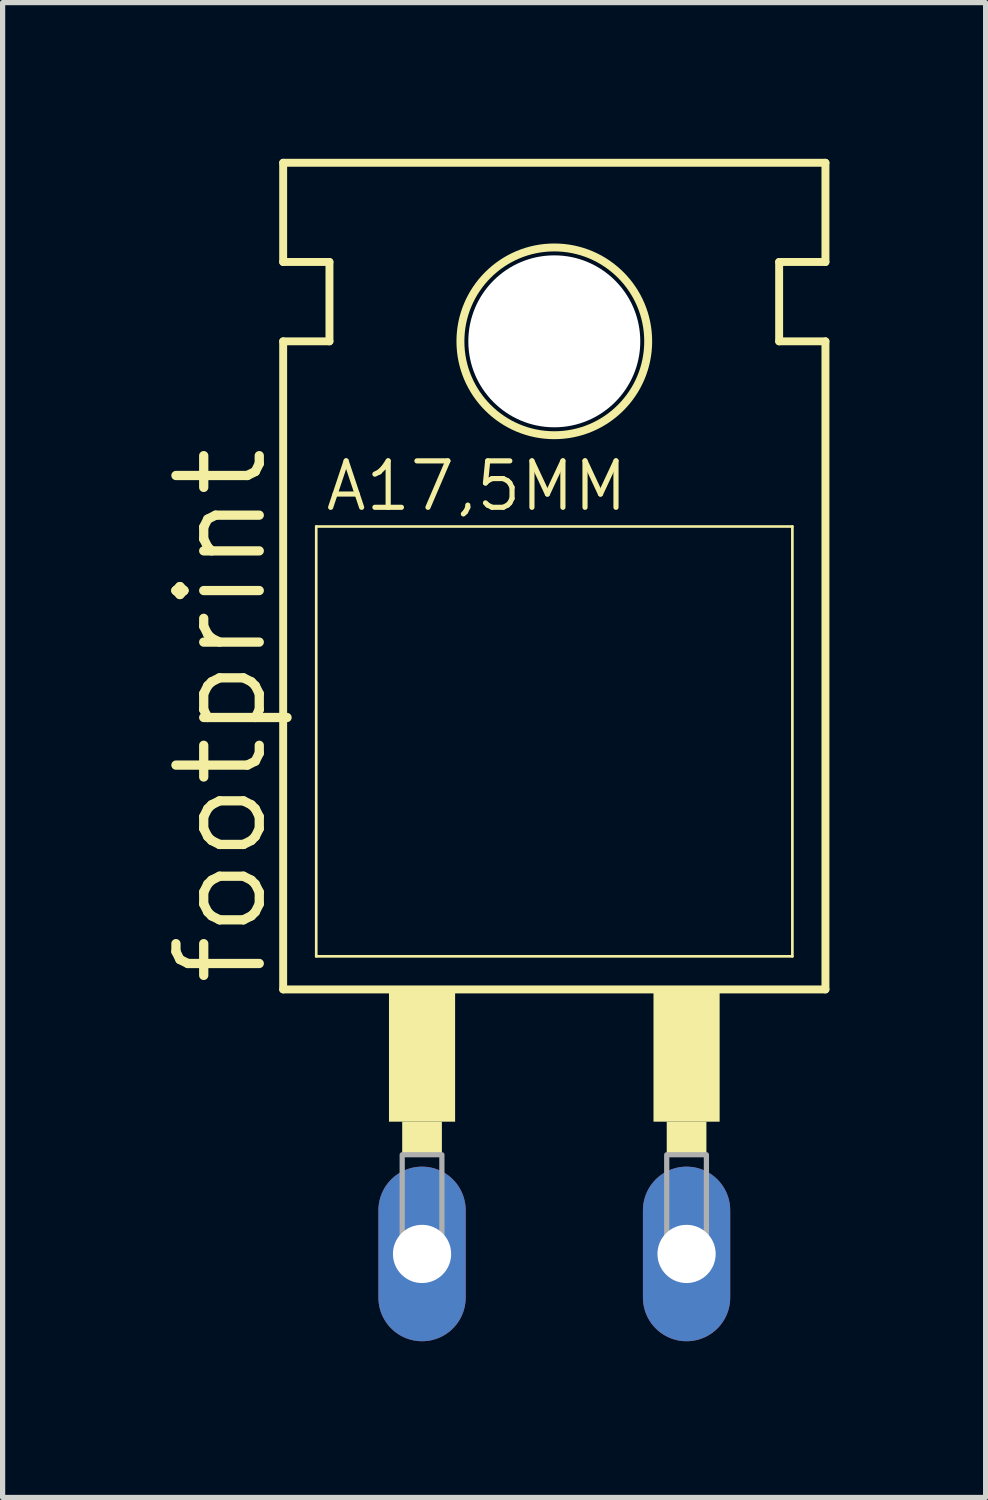
<source format=kicad_pcb>
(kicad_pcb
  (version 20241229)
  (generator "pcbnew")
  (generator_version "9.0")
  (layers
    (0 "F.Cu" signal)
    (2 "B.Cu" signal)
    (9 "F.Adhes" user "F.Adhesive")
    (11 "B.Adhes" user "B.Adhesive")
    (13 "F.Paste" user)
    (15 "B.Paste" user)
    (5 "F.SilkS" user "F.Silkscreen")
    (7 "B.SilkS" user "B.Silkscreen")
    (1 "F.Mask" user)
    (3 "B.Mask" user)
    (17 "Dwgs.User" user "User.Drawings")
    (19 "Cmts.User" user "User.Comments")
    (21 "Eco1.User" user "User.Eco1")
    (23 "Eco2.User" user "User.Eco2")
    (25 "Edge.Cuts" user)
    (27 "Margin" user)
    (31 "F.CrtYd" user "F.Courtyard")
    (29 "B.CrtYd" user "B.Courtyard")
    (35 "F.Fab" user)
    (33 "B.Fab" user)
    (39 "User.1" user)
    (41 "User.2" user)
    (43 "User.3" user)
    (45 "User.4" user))
  (footprint "footprint"
    (layer "F.Cu")
    (at 7.595 14.681)
    (property "Reference" "footprint" (at -5.461 1.27 90) (layer "F.SilkS") (effects (font (size 1.6 1.6) (thickness 0.178)) (justify left bottom)))
    (fp_line (start -5.207 -12.7) (end -5.207 -14.605) (stroke (width 0.152) (type solid)) (layer "F.SilkS"))
    (fp_line (start -5.207 -11.176) (end -4.318 -11.176) (stroke (width 0.152) (type solid)) (layer "F.SilkS"))
    (fp_line (start -5.207 1.27) (end -5.207 -11.176) (stroke (width 0.152) (type solid)) (layer "F.SilkS"))
    (fp_line (start -5.207 1.27) (end 5.207 1.27) (stroke (width 0.152) (type solid)) (layer "F.SilkS"))
    (fp_line (start -4.572 0.635) (end -4.572 -7.62) (stroke (width 0.051) (type solid)) (layer "F.SilkS"))
    (fp_line (start -4.572 0.635) (end 4.572 0.635) (stroke (width 0.051) (type solid)) (layer "F.SilkS"))
    (fp_line (start -4.318 -12.7) (end -5.207 -12.7) (stroke (width 0.152) (type solid)) (layer "F.SilkS"))
    (fp_line (start -4.318 -11.176) (end -4.318 -12.7) (stroke (width 0.152) (type solid)) (layer "F.SilkS"))
    (fp_line (start 4.318 -12.7) (end 5.207 -12.7) (stroke (width 0.152) (type solid)) (layer "F.SilkS"))
    (fp_line (start 4.318 -11.176) (end 4.318 -12.7) (stroke (width 0.152) (type solid)) (layer "F.SilkS"))
    (fp_line (start 4.572 -7.62) (end -4.572 -7.62) (stroke (width 0.051) (type solid)) (layer "F.SilkS"))
    (fp_line (start 4.572 -7.62) (end 4.572 0.635) (stroke (width 0.051) (type solid)) (layer "F.SilkS"))
    (fp_line (start 5.207 -14.605) (end -5.207 -14.605) (stroke (width 0.152) (type solid)) (layer "F.SilkS"))
    (fp_line (start 5.207 -12.7) (end 5.207 -14.605) (stroke (width 0.152) (type solid)) (layer "F.SilkS"))
    (fp_line (start 5.207 -11.176) (end 4.318 -11.176) (stroke (width 0.152) (type solid)) (layer "F.SilkS"))
    (fp_line (start 5.207 1.27) (end 5.207 -11.176) (stroke (width 0.152) (type solid)) (layer "F.SilkS"))
    (fp_circle (center 0 -11.176) (end 1.803 -11.176) (stroke (width 0.152) (type solid)) (fill no) (layer "F.SilkS"))
    (fp_poly (pts (xy -3.175 3.81) (xy -1.905 3.81) (xy -1.905 1.27) (xy -3.175 1.27)) (stroke (width 0) (type solid)) (fill yes) (layer "F.SilkS"))
    (fp_poly (pts (xy -2.921 4.445) (xy -2.159 4.445) (xy -2.159 3.81) (xy -2.921 3.81)) (stroke (width 0) (type solid)) (fill yes) (layer "F.SilkS"))
    (fp_poly (pts (xy 1.905 3.81) (xy 3.175 3.81) (xy 3.175 1.27) (xy 1.905 1.27)) (stroke (width 0) (type solid)) (fill yes) (layer "F.SilkS"))
    (fp_poly (pts (xy 2.159 4.445) (xy 2.921 4.445) (xy 2.921 3.81) (xy 2.159 3.81)) (stroke (width 0) (type solid)) (fill yes) (layer "F.SilkS"))
    (fp_poly (pts (xy -2.921 6.35) (xy -2.159 6.35) (xy -2.159 4.445) (xy -2.921 4.445)) (stroke (width 0.1) (type solid)) (fill no) (layer "F.Fab"))
    (fp_poly (pts (xy 2.159 6.35) (xy 2.921 6.35) (xy 2.921 4.445) (xy 2.159 4.445)) (stroke (width 0.1) (type solid)) (fill no) (layer "F.Fab"))
    (fp_text user "A17,5MM" (at -4.445 -7.874 0) (layer "F.SilkS") (effects (font (size 0.892 0.892) (thickness 0.099)) (justify left bottom)))
    (pad "" np_thru_hole circle (at 0 -11.176) (size 3.302 3.302) (drill 3.302) (layers "*.Cu" "*.Mask"))
    (pad "A" thru_hole oval (at 2.54 6.35 90) (size 3.353 1.676) (drill 1.118) (layers "*.Cu" "*.Mask"))
    (pad "C" thru_hole oval (at -2.54 6.35 90) (size 3.353 1.676) (drill 1.118) (layers "*.Cu" "*.Mask"))
    (zone (net_name "") (layers "F.Cu" "B.Cu") (hatch edge 0.508) (connect_pads) (min_thickness 0.254) (filled_areas_thickness no) (keepout (tracks allowed) (vias not_allowed) (pads allowed) (copperpour allowed) (footprints allowed)) (placement (enabled no)) (fill) (polygon (pts (xy 10.516 3.505) (xy 10.471 2.998) (xy 10.339 2.506) (xy 10.124 2.045) (xy 9.832 1.628) (xy 9.472 1.268) (xy 9.055 0.976) (xy 8.594 0.76) (xy 8.102 0.629) (xy 7.595 0.584) (xy 7.087 0.629) (xy 6.596 0.76) (xy 6.134 0.976) (xy 5.717 1.268) (xy 5.357 1.628) (xy 5.065 2.045) (xy 4.85 2.506) (xy 4.718 2.998) (xy 4.674 3.505) (xy 4.718 4.012) (xy 4.85 4.504) (xy 5.065 4.966) (xy 5.357 5.383) (xy 5.717 5.743) (xy 6.134 6.035) (xy 6.596 6.25) (xy 7.087 6.382) (xy 7.595 6.426) (xy 8.102 6.382) (xy 8.594 6.25) (xy 9.055 6.035) (xy 9.472 5.743) (xy 9.832 5.383) (xy 10.124 4.966) (xy 10.339 4.504) (xy 10.471 4.012))))
    (zone (net_name "") (layer "B.Cu") (hatch edge 0.508) (connect_pads) (min_thickness 0.254) (filled_areas_thickness no) (keepout (tracks not_allowed) (vias not_allowed) (pads not_allowed) (copperpour not_allowed) (footprints allowed)) (placement (enabled no)) (fill) (polygon (pts (xy 10.516 3.505) (xy 10.471 2.998) (xy 10.339 2.506) (xy 10.124 2.045) (xy 9.832 1.628) (xy 9.472 1.268) (xy 9.055 0.976) (xy 8.594 0.76) (xy 8.102 0.629) (xy 7.595 0.584) (xy 7.087 0.629) (xy 6.596 0.76) (xy 6.134 0.976) (xy 5.717 1.268) (xy 5.357 1.628) (xy 5.065 2.045) (xy 4.85 2.506) (xy 4.718 2.998) (xy 4.674 3.505) (xy 4.718 4.012) (xy 4.85 4.504) (xy 5.065 4.966) (xy 5.357 5.383) (xy 5.717 5.743) (xy 6.134 6.035) (xy 6.596 6.25) (xy 7.087 6.382) (xy 7.595 6.426) (xy 8.102 6.382) (xy 8.594 6.25) (xy 9.055 6.035) (xy 9.472 5.743) (xy 9.832 5.383) (xy 10.124 4.966) (xy 10.339 4.504) (xy 10.471 4.012)))))
  (gr_rect
    (start -3 -3)
    (end 15.878 25.708)
    (stroke (width 0.1) (type default))
    (fill no)
    (layer "Edge.Cuts")))
</source>
